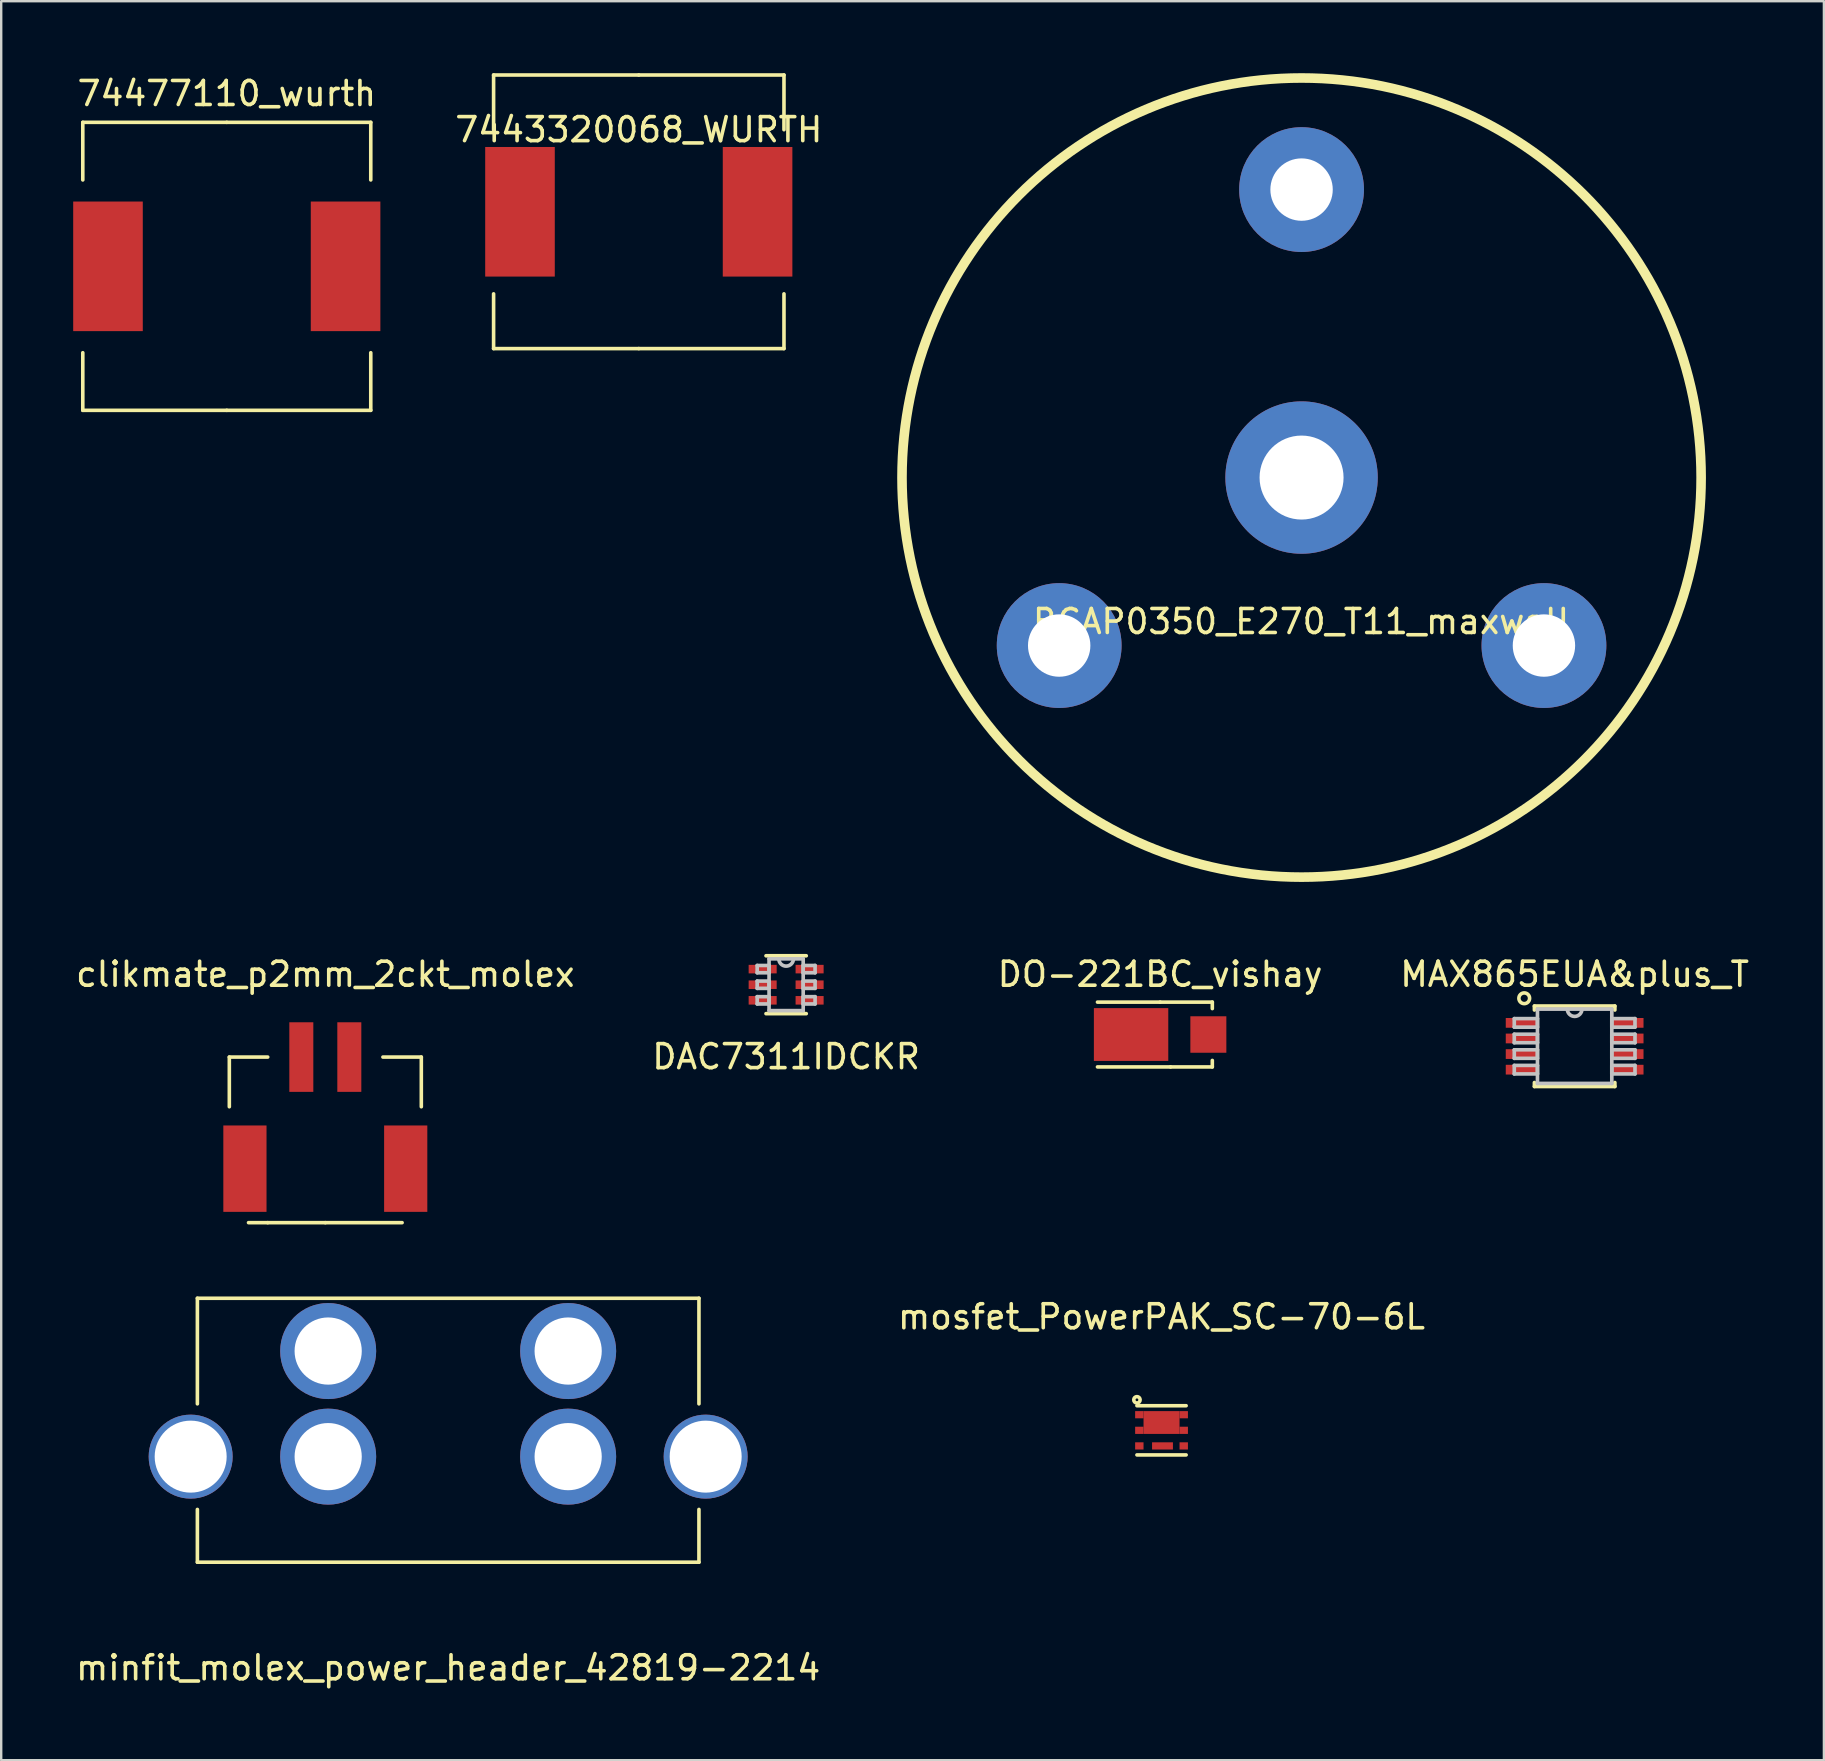
<source format=kicad_pcb>
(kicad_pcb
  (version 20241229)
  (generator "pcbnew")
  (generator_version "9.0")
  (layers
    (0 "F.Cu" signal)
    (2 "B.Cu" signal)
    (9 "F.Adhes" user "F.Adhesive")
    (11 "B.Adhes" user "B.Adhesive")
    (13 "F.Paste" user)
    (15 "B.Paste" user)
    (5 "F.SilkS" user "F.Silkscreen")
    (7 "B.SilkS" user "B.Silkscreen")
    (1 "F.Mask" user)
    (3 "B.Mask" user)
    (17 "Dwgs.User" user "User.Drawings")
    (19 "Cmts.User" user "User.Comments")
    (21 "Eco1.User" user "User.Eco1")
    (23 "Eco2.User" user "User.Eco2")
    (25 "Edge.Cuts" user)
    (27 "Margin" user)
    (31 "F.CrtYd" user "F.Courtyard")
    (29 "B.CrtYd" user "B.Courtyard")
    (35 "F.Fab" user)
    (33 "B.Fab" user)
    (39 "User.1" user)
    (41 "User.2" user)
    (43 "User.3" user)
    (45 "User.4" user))
  (footprint "DO-221BC_vishay"
    (layer "F.Cu")
    (at 45.292 40.058)
    (property "Reference" "DO-221BC_vishay" (at 0 -2.51 0) (layer "F.SilkS") (effects (font (size 1 1) (thickness 0.15))))
    (attr through_hole)
    (fp_line (start 0 -1.35) (end -2.61 -1.35) (stroke (width 0.15) (type solid)) (layer "F.SilkS"))
    (fp_line (start 0 -1.35) (end 2.175 -1.35) (stroke (width 0.15) (type solid)) (layer "F.SilkS"))
    (fp_line (start 0.435 1.35) (end -2.61 1.35) (stroke (width 0.15) (type solid)) (layer "F.SilkS"))
    (fp_line (start 0.435 1.35) (end 2.175 1.35) (stroke (width 0.15) (type solid)) (layer "F.SilkS"))
    (fp_line (start 2.175 -1.35) (end 2.175 -1.08) (stroke (width 0.15) (type solid)) (layer "F.SilkS"))
    (fp_line (start 2.175 1.35) (end 2.175 1.08) (stroke (width 0.15) (type solid)) (layer "F.SilkS"))
    (pad "1" smd rect (at -1.21 0) (size 3.1 2.2) (layers "F.Cu" "F.Mask" "F.Paste"))
    (pad "2" smd rect (at 2.01 0) (size 1.5 1.52) (layers "F.Cu" "F.Mask" "F.Paste")))
  (footprint "MAX865EUA&plus_T"
    (layer "F.Cu")
    (at 62.565 40.548)
    (property "Reference" "MAX865EUA&plus_T" (at 0 -3 0) (layer "F.SilkS") (effects (font (size 1 1) (thickness 0.15))))
    (attr through_hole)
    (fp_line (start -1.676 -1.676) (end -1.676 -1.511) (stroke (width 0.152) (type solid)) (layer "F.SilkS"))
    (fp_line (start -1.676 1.511) (end -1.676 1.676) (stroke (width 0.152) (type solid)) (layer "F.SilkS"))
    (fp_line (start -1.676 1.676) (end 1.676 1.676) (stroke (width 0.152) (type solid)) (layer "F.SilkS"))
    (fp_line (start 1.676 -1.676) (end -1.676 -1.676) (stroke (width 0.152) (type solid)) (layer "F.SilkS"))
    (fp_line (start 1.676 -1.511) (end 1.676 -1.676) (stroke (width 0.152) (type solid)) (layer "F.SilkS"))
    (fp_line (start 1.676 1.676) (end 1.676 1.511) (stroke (width 0.152) (type solid)) (layer "F.SilkS"))
    (fp_circle (center -2.1 -2) (end -1.9 -1.9) (stroke (width 0.15) (type solid)) (fill no) (layer "F.SilkS"))
    (fp_line (start -2.515 -1.153) (end -2.515 -0.797) (stroke (width 0.152) (type solid)) (layer "Dwgs.User"))
    (fp_line (start -2.515 -0.797) (end -1.549 -0.797) (stroke (width 0.152) (type solid)) (layer "Dwgs.User"))
    (fp_line (start -2.515 -0.503) (end -2.515 -0.147) (stroke (width 0.152) (type solid)) (layer "Dwgs.User"))
    (fp_line (start -2.515 -0.147) (end -1.549 -0.147) (stroke (width 0.152) (type solid)) (layer "Dwgs.User"))
    (fp_line (start -2.515 0.147) (end -2.515 0.503) (stroke (width 0.152) (type solid)) (layer "Dwgs.User"))
    (fp_line (start -2.515 0.503) (end -1.549 0.503) (stroke (width 0.152) (type solid)) (layer "Dwgs.User"))
    (fp_line (start -2.515 0.797) (end -2.515 1.153) (stroke (width 0.152) (type solid)) (layer "Dwgs.User"))
    (fp_line (start -2.515 1.153) (end -1.549 1.153) (stroke (width 0.152) (type solid)) (layer "Dwgs.User"))
    (fp_line (start -1.549 -1.549) (end -1.549 1.549) (stroke (width 0.152) (type solid)) (layer "Dwgs.User"))
    (fp_line (start -1.549 -1.153) (end -2.515 -1.153) (stroke (width 0.152) (type solid)) (layer "Dwgs.User"))
    (fp_line (start -1.549 -0.797) (end -1.549 -1.153) (stroke (width 0.152) (type solid)) (layer "Dwgs.User"))
    (fp_line (start -1.549 -0.503) (end -2.515 -0.503) (stroke (width 0.152) (type solid)) (layer "Dwgs.User"))
    (fp_line (start -1.549 -0.147) (end -1.549 -0.503) (stroke (width 0.152) (type solid)) (layer "Dwgs.User"))
    (fp_line (start -1.549 0.147) (end -2.515 0.147) (stroke (width 0.152) (type solid)) (layer "Dwgs.User"))
    (fp_line (start -1.549 0.503) (end -1.549 0.147) (stroke (width 0.152) (type solid)) (layer "Dwgs.User"))
    (fp_line (start -1.549 0.797) (end -2.515 0.797) (stroke (width 0.152) (type solid)) (layer "Dwgs.User"))
    (fp_line (start -1.549 1.153) (end -1.549 0.797) (stroke (width 0.152) (type solid)) (layer "Dwgs.User"))
    (fp_line (start -1.549 1.549) (end 1.549 1.549) (stroke (width 0.152) (type solid)) (layer "Dwgs.User"))
    (fp_line (start 1.549 -1.549) (end -1.549 -1.549) (stroke (width 0.152) (type solid)) (layer "Dwgs.User"))
    (fp_line (start 1.549 -1.153) (end 1.549 -0.797) (stroke (width 0.152) (type solid)) (layer "Dwgs.User"))
    (fp_line (start 1.549 -0.797) (end 2.515 -0.797) (stroke (width 0.152) (type solid)) (layer "Dwgs.User"))
    (fp_line (start 1.549 -0.503) (end 1.549 -0.147) (stroke (width 0.152) (type solid)) (layer "Dwgs.User"))
    (fp_line (start 1.549 -0.147) (end 2.515 -0.147) (stroke (width 0.152) (type solid)) (layer "Dwgs.User"))
    (fp_line (start 1.549 0.147) (end 1.549 0.503) (stroke (width 0.152) (type solid)) (layer "Dwgs.User"))
    (fp_line (start 1.549 0.503) (end 2.515 0.503) (stroke (width 0.152) (type solid)) (layer "Dwgs.User"))
    (fp_line (start 1.549 0.797) (end 1.549 1.153) (stroke (width 0.152) (type solid)) (layer "Dwgs.User"))
    (fp_line (start 1.549 1.153) (end 2.515 1.153) (stroke (width 0.152) (type solid)) (layer "Dwgs.User"))
    (fp_line (start 1.549 1.549) (end 1.549 -1.549) (stroke (width 0.152) (type solid)) (layer "Dwgs.User"))
    (fp_line (start 2.515 -1.153) (end 1.549 -1.153) (stroke (width 0.152) (type solid)) (layer "Dwgs.User"))
    (fp_line (start 2.515 -0.797) (end 2.515 -1.153) (stroke (width 0.152) (type solid)) (layer "Dwgs.User"))
    (fp_line (start 2.515 -0.503) (end 1.549 -0.503) (stroke (width 0.152) (type solid)) (layer "Dwgs.User"))
    (fp_line (start 2.515 -0.147) (end 2.515 -0.503) (stroke (width 0.152) (type solid)) (layer "Dwgs.User"))
    (fp_line (start 2.515 0.147) (end 1.549 0.147) (stroke (width 0.152) (type solid)) (layer "Dwgs.User"))
    (fp_line (start 2.515 0.503) (end 2.515 0.147) (stroke (width 0.152) (type solid)) (layer "Dwgs.User"))
    (fp_line (start 2.515 0.797) (end 1.549 0.797) (stroke (width 0.152) (type solid)) (layer "Dwgs.User"))
    (fp_line (start 2.515 1.153) (end 2.515 0.797) (stroke (width 0.152) (type solid)) (layer "Dwgs.User"))
    (fp_arc (start 0.3048 -1.5494) (mid 0 -1.2446) (end -0.3048 -1.5494) (stroke (width 0.1524) (type solid)) (layer "Dwgs.User"))
    (fp_text user "Copyright 2016 Accelerated Designs. All rights reserved." (at 0 0 0) (layer "Cmts.User") (effects (font (size 0.127 0.127) (thickness 0.002))))
    (pad "1" smd rect (at -2.184 -0.975) (size 1.372 0.406) (layers "F.Cu" "F.Mask" "F.Paste"))
    (pad "2" smd rect (at -2.184 -0.325) (size 1.372 0.406) (layers "F.Cu" "F.Mask" "F.Paste"))
    (pad "3" smd rect (at -2.184 0.325) (size 1.372 0.406) (layers "F.Cu" "F.Mask" "F.Paste"))
    (pad "4" smd rect (at -2.184 0.975) (size 1.372 0.406) (layers "F.Cu" "F.Mask" "F.Paste"))
    (pad "5" smd rect (at 2.184 0.975) (size 1.372 0.406) (layers "F.Cu" "F.Mask" "F.Paste"))
    (pad "6" smd rect (at 2.184 0.325) (size 1.372 0.406) (layers "F.Cu" "F.Mask" "F.Paste"))
    (pad "7" smd rect (at 2.184 -0.325) (size 1.372 0.406) (layers "F.Cu" "F.Mask" "F.Paste"))
    (pad "8" smd rect (at 2.184 -0.975) (size 1.372 0.406) (layers "F.Cu" "F.Mask" "F.Paste")))
  (footprint "DAC7311IDCKR"
    (layer "F.Cu")
    (at 29.708 37.983)
    (property "Reference" "DAC7311IDCKR" (at 0 3 0) (layer "F.SilkS") (effects (font (size 1 1) (thickness 0.15))))
    (attr through_hole)
    (fp_line (start -0.838 1.206) (end 0.838 1.206) (stroke (width 0.152) (type solid)) (layer "F.SilkS"))
    (fp_line (start 0.838 -1.206) (end -0.838 -1.206) (stroke (width 0.152) (type solid)) (layer "F.SilkS"))
    (fp_line (start -1.206 -0.802) (end -1.206 -0.498) (stroke (width 0.152) (type solid)) (layer "Dwgs.User"))
    (fp_line (start -1.206 -0.498) (end -0.711 -0.498) (stroke (width 0.152) (type solid)) (layer "Dwgs.User"))
    (fp_line (start -1.206 -0.152) (end -1.206 0.152) (stroke (width 0.152) (type solid)) (layer "Dwgs.User"))
    (fp_line (start -1.206 0.152) (end -0.711 0.152) (stroke (width 0.152) (type solid)) (layer "Dwgs.User"))
    (fp_line (start -1.206 0.498) (end -1.206 0.802) (stroke (width 0.152) (type solid)) (layer "Dwgs.User"))
    (fp_line (start -1.206 0.802) (end -0.711 0.802) (stroke (width 0.152) (type solid)) (layer "Dwgs.User"))
    (fp_line (start -0.711 -1.079) (end -0.711 1.079) (stroke (width 0.152) (type solid)) (layer "Dwgs.User"))
    (fp_line (start -0.711 -0.802) (end -1.206 -0.802) (stroke (width 0.152) (type solid)) (layer "Dwgs.User"))
    (fp_line (start -0.711 -0.498) (end -0.711 -0.802) (stroke (width 0.152) (type solid)) (layer "Dwgs.User"))
    (fp_line (start -0.711 -0.152) (end -1.206 -0.152) (stroke (width 0.152) (type solid)) (layer "Dwgs.User"))
    (fp_line (start -0.711 0.152) (end -0.711 -0.152) (stroke (width 0.152) (type solid)) (layer "Dwgs.User"))
    (fp_line (start -0.711 0.498) (end -1.206 0.498) (stroke (width 0.152) (type solid)) (layer "Dwgs.User"))
    (fp_line (start -0.711 0.802) (end -0.711 0.498) (stroke (width 0.152) (type solid)) (layer "Dwgs.User"))
    (fp_line (start -0.711 1.079) (end 0.711 1.079) (stroke (width 0.152) (type solid)) (layer "Dwgs.User"))
    (fp_line (start 0.711 -1.079) (end -0.711 -1.079) (stroke (width 0.152) (type solid)) (layer "Dwgs.User"))
    (fp_line (start 0.711 -0.802) (end 0.711 -0.498) (stroke (width 0.152) (type solid)) (layer "Dwgs.User"))
    (fp_line (start 0.711 -0.498) (end 1.206 -0.498) (stroke (width 0.152) (type solid)) (layer "Dwgs.User"))
    (fp_line (start 0.711 -0.152) (end 0.711 0.152) (stroke (width 0.152) (type solid)) (layer "Dwgs.User"))
    (fp_line (start 0.711 0.152) (end 1.206 0.152) (stroke (width 0.152) (type solid)) (layer "Dwgs.User"))
    (fp_line (start 0.711 0.498) (end 0.711 0.802) (stroke (width 0.152) (type solid)) (layer "Dwgs.User"))
    (fp_line (start 0.711 0.802) (end 1.206 0.802) (stroke (width 0.152) (type solid)) (layer "Dwgs.User"))
    (fp_line (start 0.711 1.079) (end 0.711 -1.079) (stroke (width 0.152) (type solid)) (layer "Dwgs.User"))
    (fp_line (start 1.206 -0.802) (end 0.711 -0.802) (stroke (width 0.152) (type solid)) (layer "Dwgs.User"))
    (fp_line (start 1.206 -0.498) (end 1.206 -0.802) (stroke (width 0.152) (type solid)) (layer "Dwgs.User"))
    (fp_line (start 1.206 -0.152) (end 0.711 -0.152) (stroke (width 0.152) (type solid)) (layer "Dwgs.User"))
    (fp_line (start 1.206 0.152) (end 1.206 -0.152) (stroke (width 0.152) (type solid)) (layer "Dwgs.User"))
    (fp_line (start 1.206 0.498) (end 0.711 0.498) (stroke (width 0.152) (type solid)) (layer "Dwgs.User"))
    (fp_line (start 1.206 0.802) (end 1.206 0.498) (stroke (width 0.152) (type solid)) (layer "Dwgs.User"))
    (fp_arc (start 0.3048 -1.0795) (mid 0 -0.7747) (end -0.3048 -1.0795) (stroke (width 0.1524) (type solid)) (layer "Dwgs.User"))
    (fp_text user "Copyright 2016 Accelerated Designs. All rights reserved." (at 0 0 0) (layer "Cmts.User") (effects (font (size 0.127 0.127) (thickness 0.002))))
    (pad "1" smd rect (at -0.978 -0.65) (size 1.168 0.356) (layers "F.Cu" "F.Mask" "F.Paste"))
    (pad "2" smd rect (at -0.978 0) (size 1.168 0.356) (layers "F.Cu" "F.Mask" "F.Paste"))
    (pad "3" smd rect (at -0.978 0.65) (size 1.168 0.356) (layers "F.Cu" "F.Mask" "F.Paste"))
    (pad "4" smd rect (at 0.978 0.65) (size 1.168 0.356) (layers "F.Cu" "F.Mask" "F.Paste"))
    (pad "5" smd rect (at 0.978 0) (size 1.168 0.356) (layers "F.Cu" "F.Mask" "F.Paste"))
    (pad "6" smd rect (at 0.978 -0.65) (size 1.168 0.356) (layers "F.Cu" "F.Mask" "F.Paste")))
  (footprint "BCAP0350_E270_T11_maxwell"
    (layer "F.Cu")
    (at 51.186 16.85)
    (property "Reference" "BCAP0350_E270_T11_maxwell" (at 0 6 0) (layer "F.SilkS") (effects (font (size 1 1) (thickness 0.15))))
    (attr through_hole)
    (fp_circle (center 0 0) (end 16.65 0) (stroke (width 0.4) (type solid)) (fill no) (layer "F.SilkS"))
    (pad "1" thru_hole circle (at 0 0) (size 6.35 6.35) (drill 3.5) (layers "*.Cu" "*.Mask"))
    (pad "2" thru_hole circle (at -10.1 7) (size 5.2 5.2) (drill 2.6) (layers "*.Cu" "*.Mask"))
    (pad "2" thru_hole circle (at 0 -12) (size 5.2 5.2) (drill 2.6) (layers "*.Cu" "*.Mask"))
    (pad "2" thru_hole circle (at 10.1 7) (size 5.2 5.2) (drill 2.6) (layers "*.Cu" "*.Mask")))
  (footprint "mosfet_PowerPAK_SC-70-6L"
    (layer "F.Cu")
    (at 45.351 56.551)
    (property "Reference" "mosfet_PowerPAK_SC-70-6L" (at 0 -4.73 0) (layer "F.SilkS") (effects (font (size 1 1) (thickness 0.15))))
    (attr through_hole)
    (fp_line (start -1.025 -1.025) (end 1.025 -1.025) (stroke (width 0.15) (type solid)) (layer "F.SilkS"))
    (fp_line (start -1.025 1.025) (end 1.025 1.025) (stroke (width 0.15) (type solid)) (layer "F.SilkS"))
    (fp_circle (center -1.025 -1.271) (end -0.984 -1.23) (stroke (width 0.15) (type solid)) (fill no) (layer "F.SilkS"))
    (pad "1" smd rect (at -0.925 -0.65) (size 0.35 0.3) (layers "F.Cu" "F.Mask" "F.Paste"))
    (pad "1" smd rect (at 0 -0.325) (size 1.5 0.95) (layers "F.Cu" "F.Mask" "F.Paste"))
    (pad "2" smd rect (at -0.925 0) (size 0.35 0.3) (layers "F.Cu" "F.Mask" "F.Paste"))
    (pad "3" smd rect (at -0.925 0.65) (size 0.35 0.3) (layers "F.Cu" "F.Mask" "F.Paste"))
    (pad "4" smd rect (at 0.925 0.65) (size 0.35 0.3) (layers "F.Cu" "F.Mask" "F.Paste"))
    (pad "5" smd rect (at 0.925 0) (size 0.35 0.3) (layers "F.Cu" "F.Mask" "F.Paste"))
    (pad "6" smd rect (at 0.925 -0.65) (size 0.35 0.3) (layers "F.Cu" "F.Mask" "F.Paste"))
    (pad "7" smd rect (at 0.04 0.65) (size 0.87 0.3) (layers "F.Cu" "F.Mask" "F.Paste")))
  (footprint "clikmate_p2mm_2ckt_molex"
    (layer "F.Cu")
    (at 10.506 40.998)
    (property "Reference" "clikmate_p2mm_2ckt_molex" (at 0 -3.45 0) (layer "F.SilkS") (effects (font (size 1 1) (thickness 0.15))))
    (attr through_hole)
    (fp_line (start -4 0) (end -4 2.07) (stroke (width 0.15) (type solid)) (layer "F.SilkS"))
    (fp_line (start -4 0) (end -2.4 0) (stroke (width 0.15) (type solid)) (layer "F.SilkS"))
    (fp_line (start -2.4 6.9) (end -3.2 6.9) (stroke (width 0.15) (type solid)) (layer "F.SilkS"))
    (fp_line (start 0 6.9) (end -2.4 6.9) (stroke (width 0.15) (type solid)) (layer "F.SilkS"))
    (fp_line (start 0 6.9) (end 3.2 6.9) (stroke (width 0.15) (type solid)) (layer "F.SilkS"))
    (fp_line (start 4 0) (end 2.4 0) (stroke (width 0.15) (type solid)) (layer "F.SilkS"))
    (fp_line (start 4 0) (end 4 2.07) (stroke (width 0.15) (type solid)) (layer "F.SilkS"))
    (pad "" smd rect (at -3.35 4.65) (size 1.8 3.6) (layers "F.Cu" "F.Mask" "F.Paste"))
    (pad "" smd rect (at 3.35 4.65) (size 1.8 3.6) (layers "F.Cu" "F.Mask" "F.Paste"))
    (pad "1" smd rect (at -1 0) (size 1 2.9) (layers "F.Cu" "F.Mask" "F.Paste"))
    (pad "2" smd rect (at 1 0) (size 1 2.9) (layers "F.Cu" "F.Mask" "F.Paste")))
  (footprint "minfit_molex_power_header_42819-2214"
    (layer "F.Cu")
    (at 15.625 57.648)
    (property "Reference" "minfit_molex_power_header_42819-2214" (at 0 8.8 0) (layer "F.SilkS") (effects (font (size 1 1) (thickness 0.15))))
    (attr through_hole)
    (fp_line (start -10.45 -6.6) (end -10.45 -2.2) (stroke (width 0.15) (type solid)) (layer "F.SilkS"))
    (fp_line (start -10.45 -6.6) (end 10.45 -6.6) (stroke (width 0.15) (type solid)) (layer "F.SilkS"))
    (fp_line (start -10.45 4.4) (end -10.45 2.2) (stroke (width 0.15) (type solid)) (layer "F.SilkS"))
    (fp_line (start -10.45 4.4) (end 10.45 4.4) (stroke (width 0.15) (type solid)) (layer "F.SilkS"))
    (fp_line (start 10.45 -6.6) (end 10.45 -2.2) (stroke (width 0.15) (type solid)) (layer "F.SilkS"))
    (fp_line (start 10.45 4.4) (end 10.45 2.2) (stroke (width 0.15) (type solid)) (layer "F.SilkS"))
    (pad "" thru_hole circle (at -10.73 0) (size 3.5 3.5) (drill 3) (layers "*.Cu" "*.Mask"))
    (pad "" thru_hole circle (at 10.73 0) (size 3.5 3.5) (drill 3) (layers "*.Cu" "*.Mask"))
    (pad "1" thru_hole circle (at 5 -4.4) (size 4 4) (drill 2.8) (layers "*.Cu" "*.Mask"))
    (pad "1" thru_hole circle (at 5 0) (size 4 4) (drill 2.8) (layers "*.Cu" "*.Mask"))
    (pad "2" thru_hole circle (at -5 -4.4) (size 4 4) (drill 2.8) (layers "*.Cu" "*.Mask"))
    (pad "2" thru_hole circle (at -5 0) (size 4 4) (drill 2.8) (layers "*.Cu" "*.Mask")))
  (footprint "7443320068_WURTH"
    (layer "F.Cu")
    (at 23.568 5.775)
    (property "Reference" "7443320068_WURTH" (at 0 -3.42 0) (layer "F.SilkS") (effects (font (size 1 1) (thickness 0.15))))
    (attr through_hole)
    (fp_line (start -6.05 -5.7) (end -6.05 -3.42) (stroke (width 0.15) (type solid)) (layer "F.SilkS"))
    (fp_line (start -6.05 5.7) (end -6.05 3.42) (stroke (width 0.15) (type solid)) (layer "F.SilkS"))
    (fp_line (start 0 -5.7) (end -6.05 -5.7) (stroke (width 0.15) (type solid)) (layer "F.SilkS"))
    (fp_line (start 0 -5.7) (end 6.05 -5.7) (stroke (width 0.15) (type solid)) (layer "F.SilkS"))
    (fp_line (start 0 5.7) (end -6.05 5.7) (stroke (width 0.15) (type solid)) (layer "F.SilkS"))
    (fp_line (start 0 5.7) (end 6.05 5.7) (stroke (width 0.15) (type solid)) (layer "F.SilkS"))
    (fp_line (start 6.05 -5.7) (end 6.05 -3.42) (stroke (width 0.15) (type solid)) (layer "F.SilkS"))
    (fp_line (start 6.05 5.7) (end 6.05 3.42) (stroke (width 0.15) (type solid)) (layer "F.SilkS"))
    (pad "1" smd rect (at -4.95 0) (size 2.9 5.4) (layers "F.Cu" "F.Mask" "F.Paste"))
    (pad "2" smd rect (at 4.95 0) (size 2.9 5.4) (layers "F.Cu" "F.Mask" "F.Paste")))
  (footprint "74477110_wurth"
    (layer "F.Cu")
    (at 6.4 8.048)
    (property "Reference" "74477110_wurth" (at 0 -7.2 0) (layer "F.SilkS") (effects (font (size 1 1) (thickness 0.15))))
    (attr through_hole)
    (fp_line (start -6 -6) (end -6 -3.6) (stroke (width 0.15) (type solid)) (layer "F.SilkS"))
    (fp_line (start -6 6) (end -6 3.6) (stroke (width 0.15) (type solid)) (layer "F.SilkS"))
    (fp_line (start 0 -6) (end -6 -6) (stroke (width 0.15) (type solid)) (layer "F.SilkS"))
    (fp_line (start 0 -6) (end 6 -6) (stroke (width 0.15) (type solid)) (layer "F.SilkS"))
    (fp_line (start 0 6) (end -6 6) (stroke (width 0.15) (type solid)) (layer "F.SilkS"))
    (fp_line (start 0 6) (end 6 6) (stroke (width 0.15) (type solid)) (layer "F.SilkS"))
    (fp_line (start 6 -6) (end 6 -3.6) (stroke (width 0.15) (type solid)) (layer "F.SilkS"))
    (fp_line (start 6 6) (end 6 3.6) (stroke (width 0.15) (type solid)) (layer "F.SilkS"))
    (pad "1" smd rect (at -4.95 0) (size 2.9 5.4) (layers "F.Cu" "F.Mask" "F.Paste"))
    (pad "2" smd rect (at 4.95 0) (size 2.9 5.4) (layers "F.Cu" "F.Mask" "F.Paste")))
  (gr_rect
    (start -3 -3)
    (end 72.952 70.296)
    (stroke (width 0.1) (type default))
    (fill no)
    (layer "Edge.Cuts")))
</source>
